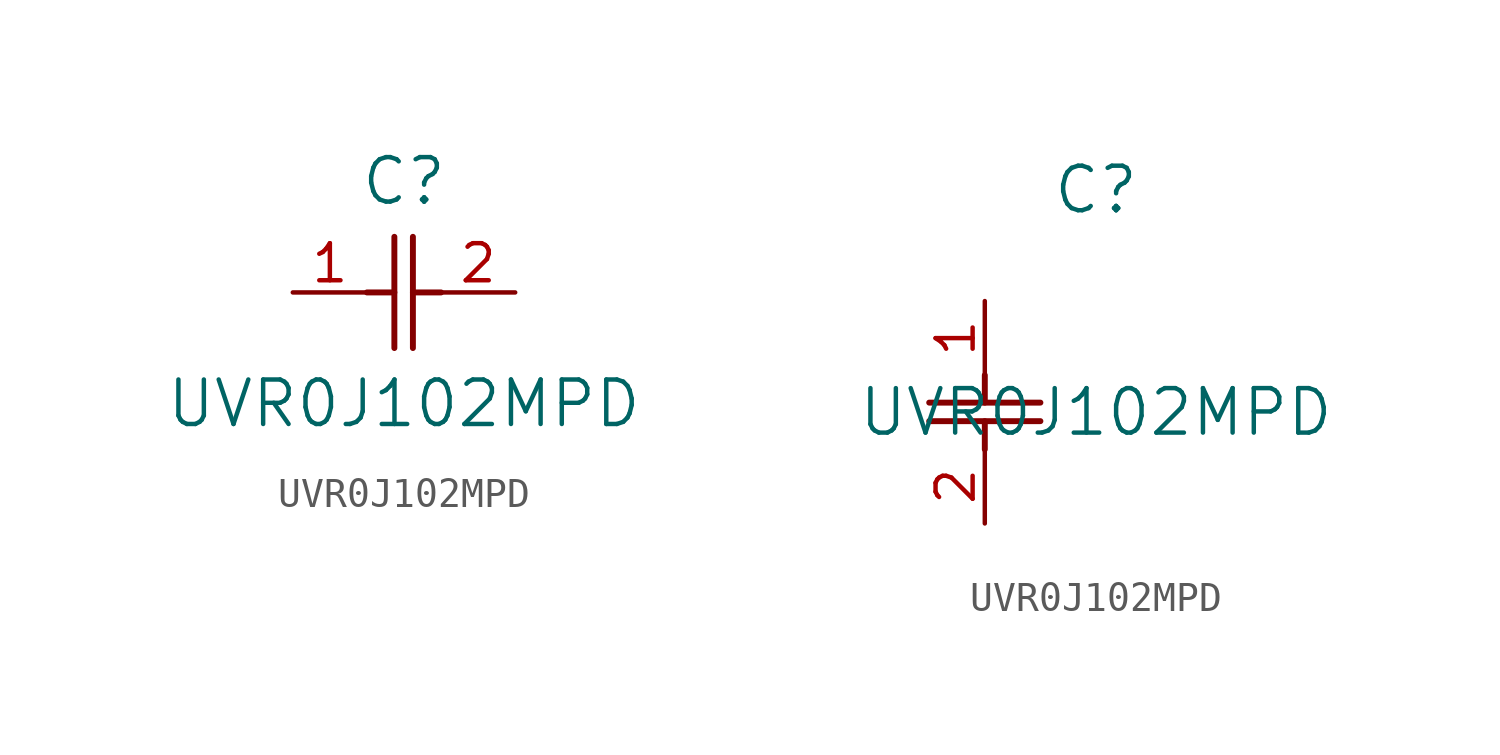
<source format=kicad_sym>
(kicad_symbol_lib
  (version 20211014)
  (generator kicad_symbol_editor)
  (symbol "UVR0J102MPD"
    (pin_names
      (offset 0.254))
    (property "Reference" "C"
      (at 3.81 3.81 0)
      (effects (font (size 1.524 1.524))))
    (property "Value" "UVR0J102MPD"
      (at 3.81 -3.81 0)
      (effects (font (size 1.524 1.524))))
    (symbol "UVR0J102MPD_1_1"
      (polyline (pts (xy 3.48 -1.905) (xy 3.48 1.905)) (stroke (width 0.203) (type default) (color 0 0 0 0)) (fill (type none)))
      (polyline (pts (xy 4.115 -1.905) (xy 4.115 1.905)) (stroke (width 0.203) (type default) (color 0 0 0 0)) (fill (type none)))
      (polyline (pts (xy 4.115 0) (xy 5.08 0)) (stroke (width 0.203) (type default) (color 0 0 0 0)) (fill (type none)))
      (polyline (pts (xy 2.54 0) (xy 3.48 0)) (stroke (width 0.203) (type default) (color 0 0 0 0)) (fill (type none)))
      (pin unspecified line (at 0 0 0) (length 2.54) (name "" (effects (font (size 1.27 1.27)))) (number "1" (effects (font (size 1.27 1.27)))))
      (pin unspecified line (at 7.62 0 180) (length 2.54) (name "" (effects (font (size 1.27 1.27)))) (number "2" (effects (font (size 1.27 1.27))))))
    (symbol "UVR0J102MPD_1_2"
      (polyline (pts (xy -1.905 -3.48) (xy 1.905 -3.48)) (stroke (width 0.203) (type default) (color 0 0 0 0)) (fill (type none)))
      (polyline (pts (xy -1.905 -4.115) (xy 1.905 -4.115)) (stroke (width 0.203) (type default) (color 0 0 0 0)) (fill (type none)))
      (polyline (pts (xy 0 -4.115) (xy 0 -5.08)) (stroke (width 0.203) (type default) (color 0 0 0 0)) (fill (type none)))
      (polyline (pts (xy 0 -2.54) (xy 0 -3.48)) (stroke (width 0.203) (type default) (color 0 0 0 0)) (fill (type none)))
      (pin unspecified line (at 0 0 270) (length 2.54) (name "" (effects (font (size 1.27 1.27)))) (number "1" (effects (font (size 1.27 1.27)))))
      (pin unspecified line (at 0 -7.62 90) (length 2.54) (name "" (effects (font (size 1.27 1.27)))) (number "2" (effects (font (size 1.27 1.27))))))))
</source>
